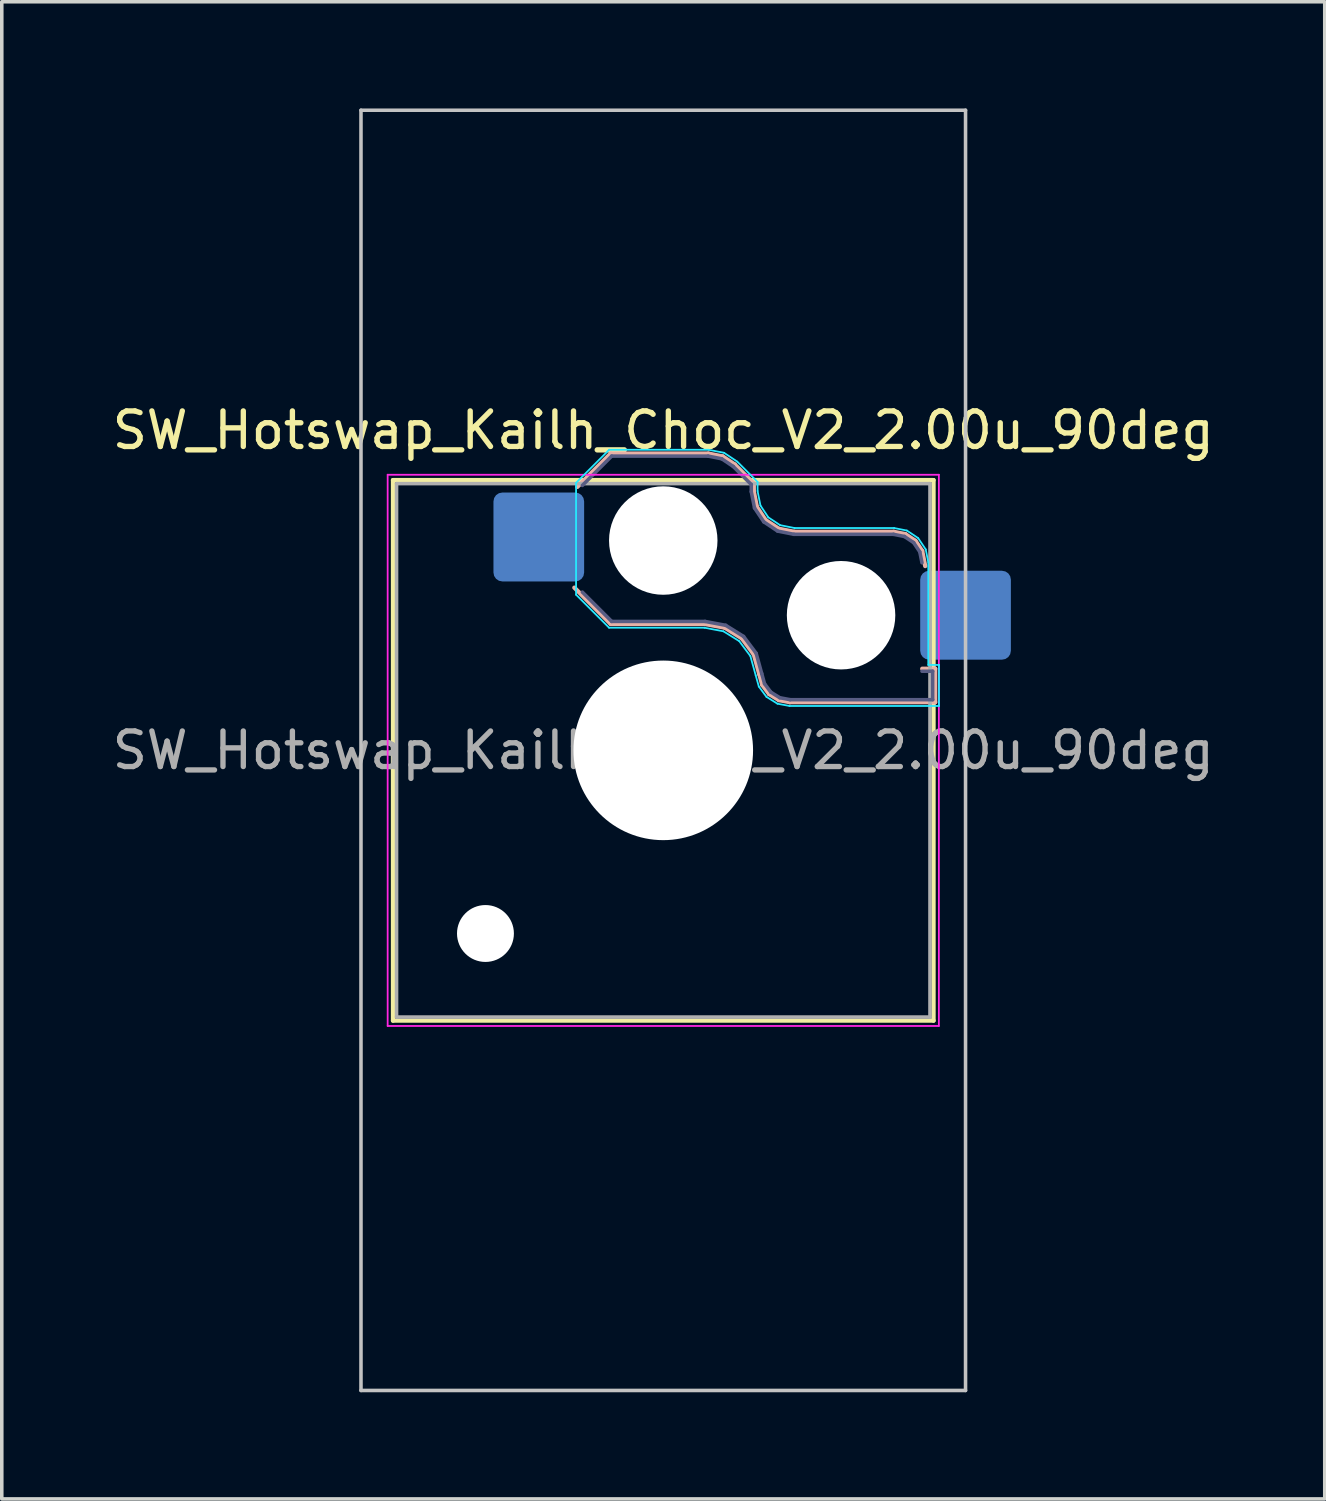
<source format=kicad_pcb>
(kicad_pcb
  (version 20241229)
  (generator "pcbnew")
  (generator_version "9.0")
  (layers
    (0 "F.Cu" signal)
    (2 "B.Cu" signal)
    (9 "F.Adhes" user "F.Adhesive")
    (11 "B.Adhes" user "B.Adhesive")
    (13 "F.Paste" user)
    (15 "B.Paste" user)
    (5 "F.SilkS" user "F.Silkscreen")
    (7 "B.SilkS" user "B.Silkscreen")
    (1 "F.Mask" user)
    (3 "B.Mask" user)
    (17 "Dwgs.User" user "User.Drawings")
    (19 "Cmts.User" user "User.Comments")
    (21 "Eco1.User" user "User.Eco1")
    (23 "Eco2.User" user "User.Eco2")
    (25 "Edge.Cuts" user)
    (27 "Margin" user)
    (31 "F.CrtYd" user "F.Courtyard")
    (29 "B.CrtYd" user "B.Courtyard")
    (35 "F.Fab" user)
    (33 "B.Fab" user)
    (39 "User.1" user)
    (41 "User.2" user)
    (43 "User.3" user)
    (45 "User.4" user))
  (footprint "SW_Hotswap_Kailh_Choc_V2_2.00u_90deg"
    (layer "F.Cu")
    (at 15.601 18.05)
    (property "Reference" "SW_Hotswap_Kailh_Choc_V2_2.00u_90deg" (at 0 -9 0) (layer "F.SilkS") (effects (font (size 1 1) (thickness 0.15))))
    (attr smd)
    (fp_line (start -7.6 -7.6) (end -7.6 7.6) (stroke (width 0.12) (type solid)) (layer "F.SilkS"))
    (fp_line (start -7.6 7.6) (end 7.6 7.6) (stroke (width 0.12) (type solid)) (layer "F.SilkS"))
    (fp_line (start 7.6 -7.6) (end -7.6 -7.6) (stroke (width 0.12) (type solid)) (layer "F.SilkS"))
    (fp_line (start 7.6 7.6) (end 7.6 -7.6) (stroke (width 0.12) (type solid)) (layer "F.SilkS"))
    (fp_line (start -2.416 -7.409) (end -1.479 -8.346) (stroke (width 0.12) (type solid)) (layer "B.SilkS"))
    (fp_line (start -1.479 -8.346) (end 1.268 -8.346) (stroke (width 0.12) (type solid)) (layer "B.SilkS"))
    (fp_line (start -1.479 -3.554) (end -2.5 -4.575) (stroke (width 0.12) (type solid)) (layer "B.SilkS"))
    (fp_line (start 1.168 -3.554) (end -1.479 -3.554) (stroke (width 0.12) (type solid)) (layer "B.SilkS"))
    (fp_line (start 1.268 -8.346) (end 1.671 -8.266) (stroke (width 0.12) (type solid)) (layer "B.SilkS"))
    (fp_line (start 1.671 -8.266) (end 2.013 -8.037) (stroke (width 0.12) (type solid)) (layer "B.SilkS"))
    (fp_line (start 1.73 -3.449) (end 1.168 -3.554) (stroke (width 0.12) (type solid)) (layer "B.SilkS"))
    (fp_line (start 2.013 -8.037) (end 2.546 -7.504) (stroke (width 0.12) (type solid)) (layer "B.SilkS"))
    (fp_line (start 2.209 -3.15) (end 1.73 -3.449) (stroke (width 0.12) (type solid)) (layer "B.SilkS"))
    (fp_line (start 2.546 -7.504) (end 2.546 -7.282) (stroke (width 0.12) (type solid)) (layer "B.SilkS"))
    (fp_line (start 2.546 -7.282) (end 2.633 -6.844) (stroke (width 0.12) (type solid)) (layer "B.SilkS"))
    (fp_line (start 2.547 -2.697) (end 2.209 -3.15) (stroke (width 0.12) (type solid)) (layer "B.SilkS"))
    (fp_line (start 2.633 -6.844) (end 2.877 -6.477) (stroke (width 0.12) (type solid)) (layer "B.SilkS"))
    (fp_line (start 2.701 -2.139) (end 2.547 -2.697) (stroke (width 0.12) (type solid)) (layer "B.SilkS"))
    (fp_line (start 2.783 -1.841) (end 2.701 -2.139) (stroke (width 0.12) (type solid)) (layer "B.SilkS"))
    (fp_line (start 2.877 -6.477) (end 3.244 -6.233) (stroke (width 0.12) (type solid)) (layer "B.SilkS"))
    (fp_line (start 2.976 -1.583) (end 2.783 -1.841) (stroke (width 0.12) (type solid)) (layer "B.SilkS"))
    (fp_line (start 3.244 -6.233) (end 3.682 -6.146) (stroke (width 0.12) (type solid)) (layer "B.SilkS"))
    (fp_line (start 3.25 -1.413) (end 2.976 -1.583) (stroke (width 0.12) (type solid)) (layer "B.SilkS"))
    (fp_line (start 3.56 -1.354) (end 3.25 -1.413) (stroke (width 0.12) (type solid)) (layer "B.SilkS"))
    (fp_line (start 3.682 -6.146) (end 6.482 -6.146) (stroke (width 0.12) (type solid)) (layer "B.SilkS"))
    (fp_line (start 6.482 -6.146) (end 6.809 -6.081) (stroke (width 0.12) (type solid)) (layer "B.SilkS"))
    (fp_line (start 6.809 -6.081) (end 7.092 -5.892) (stroke (width 0.12) (type solid)) (layer "B.SilkS"))
    (fp_line (start 7.092 -5.892) (end 7.281 -5.609) (stroke (width 0.12) (type solid)) (layer "B.SilkS"))
    (fp_line (start 7.281 -5.609) (end 7.366 -5.182) (stroke (width 0.12) (type solid)) (layer "B.SilkS"))
    (fp_line (start 7.283 -2.296) (end 7.646 -2.296) (stroke (width 0.12) (type solid)) (layer "B.SilkS"))
    (fp_line (start 7.646 -2.296) (end 7.646 -1.354) (stroke (width 0.12) (type solid)) (layer "B.SilkS"))
    (fp_line (start 7.646 -1.354) (end 3.56 -1.354) (stroke (width 0.12) (type solid)) (layer "B.SilkS"))
    (fp_line (start -8.5 -18) (end 8.5 -18) (stroke (width 0.1) (type solid)) (layer "Dwgs.User"))
    (fp_line (start -8.5 18) (end -8.5 -18) (stroke (width 0.1) (type solid)) (layer "Dwgs.User"))
    (fp_line (start 8.5 -18) (end 8.5 18) (stroke (width 0.1) (type solid)) (layer "Dwgs.User"))
    (fp_line (start 8.5 18) (end -8.5 18) (stroke (width 0.1) (type solid)) (layer "Dwgs.User"))
    (fp_line (start -7.25 -7.25) (end -7.25 7.25) (stroke (width 0.1) (type solid)) (layer "Eco1.User"))
    (fp_line (start -7.25 7.25) (end 7.25 7.25) (stroke (width 0.1) (type solid)) (layer "Eco1.User"))
    (fp_line (start 7.25 -7.25) (end -7.25 -7.25) (stroke (width 0.1) (type solid)) (layer "Eco1.User"))
    (fp_line (start 7.25 7.25) (end 7.25 -7.25) (stroke (width 0.1) (type solid)) (layer "Eco1.User"))
    (fp_line (start -2.452 -7.523) (end -1.523 -8.452) (stroke (width 0.05) (type solid)) (layer "B.CrtYd"))
    (fp_line (start -2.452 -4.377) (end -2.452 -7.523) (stroke (width 0.05) (type solid)) (layer "B.CrtYd"))
    (fp_line (start -1.523 -8.452) (end 1.278 -8.452) (stroke (width 0.05) (type solid)) (layer "B.CrtYd"))
    (fp_line (start -1.523 -3.448) (end -2.452 -4.377) (stroke (width 0.05) (type solid)) (layer "B.CrtYd"))
    (fp_line (start 1.159 -3.448) (end -1.523 -3.448) (stroke (width 0.05) (type solid)) (layer "B.CrtYd"))
    (fp_line (start 1.278 -8.452) (end 1.712 -8.366) (stroke (width 0.05) (type solid)) (layer "B.CrtYd"))
    (fp_line (start 1.691 -3.348) (end 1.159 -3.448) (stroke (width 0.05) (type solid)) (layer "B.CrtYd"))
    (fp_line (start 1.712 -8.366) (end 2.081 -8.119) (stroke (width 0.05) (type solid)) (layer "B.CrtYd"))
    (fp_line (start 2.081 -8.119) (end 2.652 -7.548) (stroke (width 0.05) (type solid)) (layer "B.CrtYd"))
    (fp_line (start 2.136 -3.071) (end 1.691 -3.348) (stroke (width 0.05) (type solid)) (layer "B.CrtYd"))
    (fp_line (start 2.45 -2.65) (end 2.136 -3.071) (stroke (width 0.05) (type solid)) (layer "B.CrtYd"))
    (fp_line (start 2.599 -2.111) (end 2.45 -2.65) (stroke (width 0.05) (type solid)) (layer "B.CrtYd"))
    (fp_line (start 2.652 -7.548) (end 2.652 -7.292) (stroke (width 0.05) (type solid)) (layer "B.CrtYd"))
    (fp_line (start 2.652 -7.292) (end 2.733 -6.885) (stroke (width 0.05) (type solid)) (layer "B.CrtYd"))
    (fp_line (start 2.687 -1.794) (end 2.599 -2.111) (stroke (width 0.05) (type solid)) (layer "B.CrtYd"))
    (fp_line (start 2.733 -6.885) (end 2.953 -6.553) (stroke (width 0.05) (type solid)) (layer "B.CrtYd"))
    (fp_line (start 2.903 -1.503) (end 2.687 -1.794) (stroke (width 0.05) (type solid)) (layer "B.CrtYd"))
    (fp_line (start 2.953 -6.553) (end 3.285 -6.333) (stroke (width 0.05) (type solid)) (layer "B.CrtYd"))
    (fp_line (start 3.211 -1.312) (end 2.903 -1.503) (stroke (width 0.05) (type solid)) (layer "B.CrtYd"))
    (fp_line (start 3.285 -6.333) (end 3.692 -6.252) (stroke (width 0.05) (type solid)) (layer "B.CrtYd"))
    (fp_line (start 3.55 -1.248) (end 3.211 -1.312) (stroke (width 0.05) (type solid)) (layer "B.CrtYd"))
    (fp_line (start 3.692 -6.252) (end 6.492 -6.252) (stroke (width 0.05) (type solid)) (layer "B.CrtYd"))
    (fp_line (start 6.492 -6.252) (end 6.85 -6.181) (stroke (width 0.05) (type solid)) (layer "B.CrtYd"))
    (fp_line (start 6.85 -6.181) (end 7.168 -5.968) (stroke (width 0.05) (type solid)) (layer "B.CrtYd"))
    (fp_line (start 7.168 -5.968) (end 7.381 -5.65) (stroke (width 0.05) (type solid)) (layer "B.CrtYd"))
    (fp_line (start 7.381 -5.65) (end 7.452 -5.292) (stroke (width 0.05) (type solid)) (layer "B.CrtYd"))
    (fp_line (start 7.452 -5.292) (end 7.452 -2.402) (stroke (width 0.05) (type solid)) (layer "B.CrtYd"))
    (fp_line (start 7.452 -2.402) (end 7.752 -2.402) (stroke (width 0.05) (type solid)) (layer "B.CrtYd"))
    (fp_line (start 7.752 -2.402) (end 7.752 -1.248) (stroke (width 0.05) (type solid)) (layer "B.CrtYd"))
    (fp_line (start 7.752 -1.248) (end 3.55 -1.248) (stroke (width 0.05) (type solid)) (layer "B.CrtYd"))
    (fp_line (start -7.75 -7.75) (end -7.75 7.75) (stroke (width 0.05) (type solid)) (layer "F.CrtYd"))
    (fp_line (start -7.75 7.75) (end 7.75 7.75) (stroke (width 0.05) (type solid)) (layer "F.CrtYd"))
    (fp_line (start 7.75 -7.75) (end -7.75 -7.75) (stroke (width 0.05) (type solid)) (layer "F.CrtYd"))
    (fp_line (start 7.75 7.75) (end 7.75 -7.75) (stroke (width 0.05) (type solid)) (layer "F.CrtYd"))
    (fp_line (start -2.275 -7.45) (end -1.45 -8.275) (stroke (width 0.1) (type solid)) (layer "B.Fab"))
    (fp_line (start -1.45 -8.275) (end 1.261 -8.275) (stroke (width 0.1) (type solid)) (layer "B.Fab"))
    (fp_line (start -1.45 -3.625) (end -2.275 -4.45) (stroke (width 0.1) (type solid)) (layer "B.Fab"))
    (fp_line (start 1.175 -3.625) (end -1.45 -3.625) (stroke (width 0.1) (type solid)) (layer "B.Fab"))
    (fp_line (start 1.261 -8.275) (end 1.643 -8.199) (stroke (width 0.1) (type solid)) (layer "B.Fab"))
    (fp_line (start 1.643 -8.199) (end 1.968 -7.982) (stroke (width 0.1) (type solid)) (layer "B.Fab"))
    (fp_line (start 1.756 -3.516) (end 1.175 -3.625) (stroke (width 0.1) (type solid)) (layer "B.Fab"))
    (fp_line (start 1.968 -7.982) (end 2.475 -7.475) (stroke (width 0.1) (type solid)) (layer "B.Fab"))
    (fp_line (start 2.258 -3.203) (end 1.756 -3.516) (stroke (width 0.1) (type solid)) (layer "B.Fab"))
    (fp_line (start 2.475 -7.475) (end 2.475 -7.275) (stroke (width 0.1) (type solid)) (layer "B.Fab"))
    (fp_line (start 2.475 -7.275) (end 2.566 -6.816) (stroke (width 0.1) (type solid)) (layer "B.Fab"))
    (fp_line (start 2.566 -6.816) (end 2.826 -6.426) (stroke (width 0.1) (type solid)) (layer "B.Fab"))
    (fp_line (start 2.612 -2.729) (end 2.258 -3.203) (stroke (width 0.1) (type solid)) (layer "B.Fab"))
    (fp_line (start 2.769 -2.158) (end 2.612 -2.729) (stroke (width 0.1) (type solid)) (layer "B.Fab"))
    (fp_line (start 2.826 -6.426) (end 3.216 -6.166) (stroke (width 0.1) (type solid)) (layer "B.Fab"))
    (fp_line (start 2.848 -1.873) (end 2.769 -2.158) (stroke (width 0.1) (type solid)) (layer "B.Fab"))
    (fp_line (start 3.025 -1.636) (end 2.848 -1.873) (stroke (width 0.1) (type solid)) (layer "B.Fab"))
    (fp_line (start 3.216 -6.166) (end 3.675 -6.075) (stroke (width 0.1) (type solid)) (layer "B.Fab"))
    (fp_line (start 3.276 -1.48) (end 3.025 -1.636) (stroke (width 0.1) (type solid)) (layer "B.Fab"))
    (fp_line (start 3.567 -1.425) (end 3.276 -1.48) (stroke (width 0.1) (type solid)) (layer "B.Fab"))
    (fp_line (start 3.675 -6.075) (end 6.475 -6.075) (stroke (width 0.1) (type solid)) (layer "B.Fab"))
    (fp_line (start 6.475 -6.075) (end 6.781 -6.014) (stroke (width 0.1) (type solid)) (layer "B.Fab"))
    (fp_line (start 6.781 -6.014) (end 7.041 -5.841) (stroke (width 0.1) (type solid)) (layer "B.Fab"))
    (fp_line (start 7.041 -5.841) (end 7.214 -5.581) (stroke (width 0.1) (type solid)) (layer "B.Fab"))
    (fp_line (start 7.214 -5.581) (end 7.275 -5.275) (stroke (width 0.1) (type solid)) (layer "B.Fab"))
    (fp_line (start 7.275 -2.225) (end 7.575 -2.225) (stroke (width 0.1) (type solid)) (layer "B.Fab"))
    (fp_line (start 7.575 -2.225) (end 7.575 -1.425) (stroke (width 0.1) (type solid)) (layer "B.Fab"))
    (fp_line (start 7.575 -1.425) (end 3.567 -1.425) (stroke (width 0.1) (type solid)) (layer "B.Fab"))
    (fp_line (start -7.5 -7.5) (end -7.5 7.5) (stroke (width 0.1) (type solid)) (layer "F.Fab"))
    (fp_line (start -7.5 7.5) (end 7.5 7.5) (stroke (width 0.1) (type solid)) (layer "F.Fab"))
    (fp_line (start 7.5 -7.5) (end -7.5 -7.5) (stroke (width 0.1) (type solid)) (layer "F.Fab"))
    (fp_line (start 7.5 7.5) (end 7.5 -7.5) (stroke (width 0.1) (type solid)) (layer "F.Fab"))
    (fp_text user "${REFERENCE}" (at 0 0 0) (layer "F.Fab") (effects (font (size 1 1) (thickness 0.15))))
    (pad "" np_thru_hole circle (at -5 5.15) (size 1.6 1.6) (drill 1.6) (layers "*.Cu" "*.Mask"))
    (pad "" np_thru_hole circle (at 0 -5.9) (size 3.05 3.05) (drill 3.05) (layers "*.Cu" "*.Mask"))
    (pad "" np_thru_hole circle (at 0 0) (size 5.05 5.05) (drill 5.05) (layers "*.Cu" "*.Mask"))
    (pad "" np_thru_hole circle (at 5 -3.8) (size 3.05 3.05) (drill 3.05) (layers "*.Cu" "*.Mask"))
    (pad "1" smd roundrect (at -3.5 -6) (size 2.55 2.5) (layers "B.Cu" "B.Mask" "B.Paste") (roundrect_rratio 0.1))
    (pad "2" smd roundrect (at 8.5 -3.8) (size 2.55 2.5) (layers "B.Cu" "B.Mask" "B.Paste") (roundrect_rratio 0.1)))
  (gr_rect
    (start -3 -3)
    (end 34.202 39.1)
    (stroke (width 0.1) (type default))
    (fill no)
    (layer "Edge.Cuts")))
</source>
